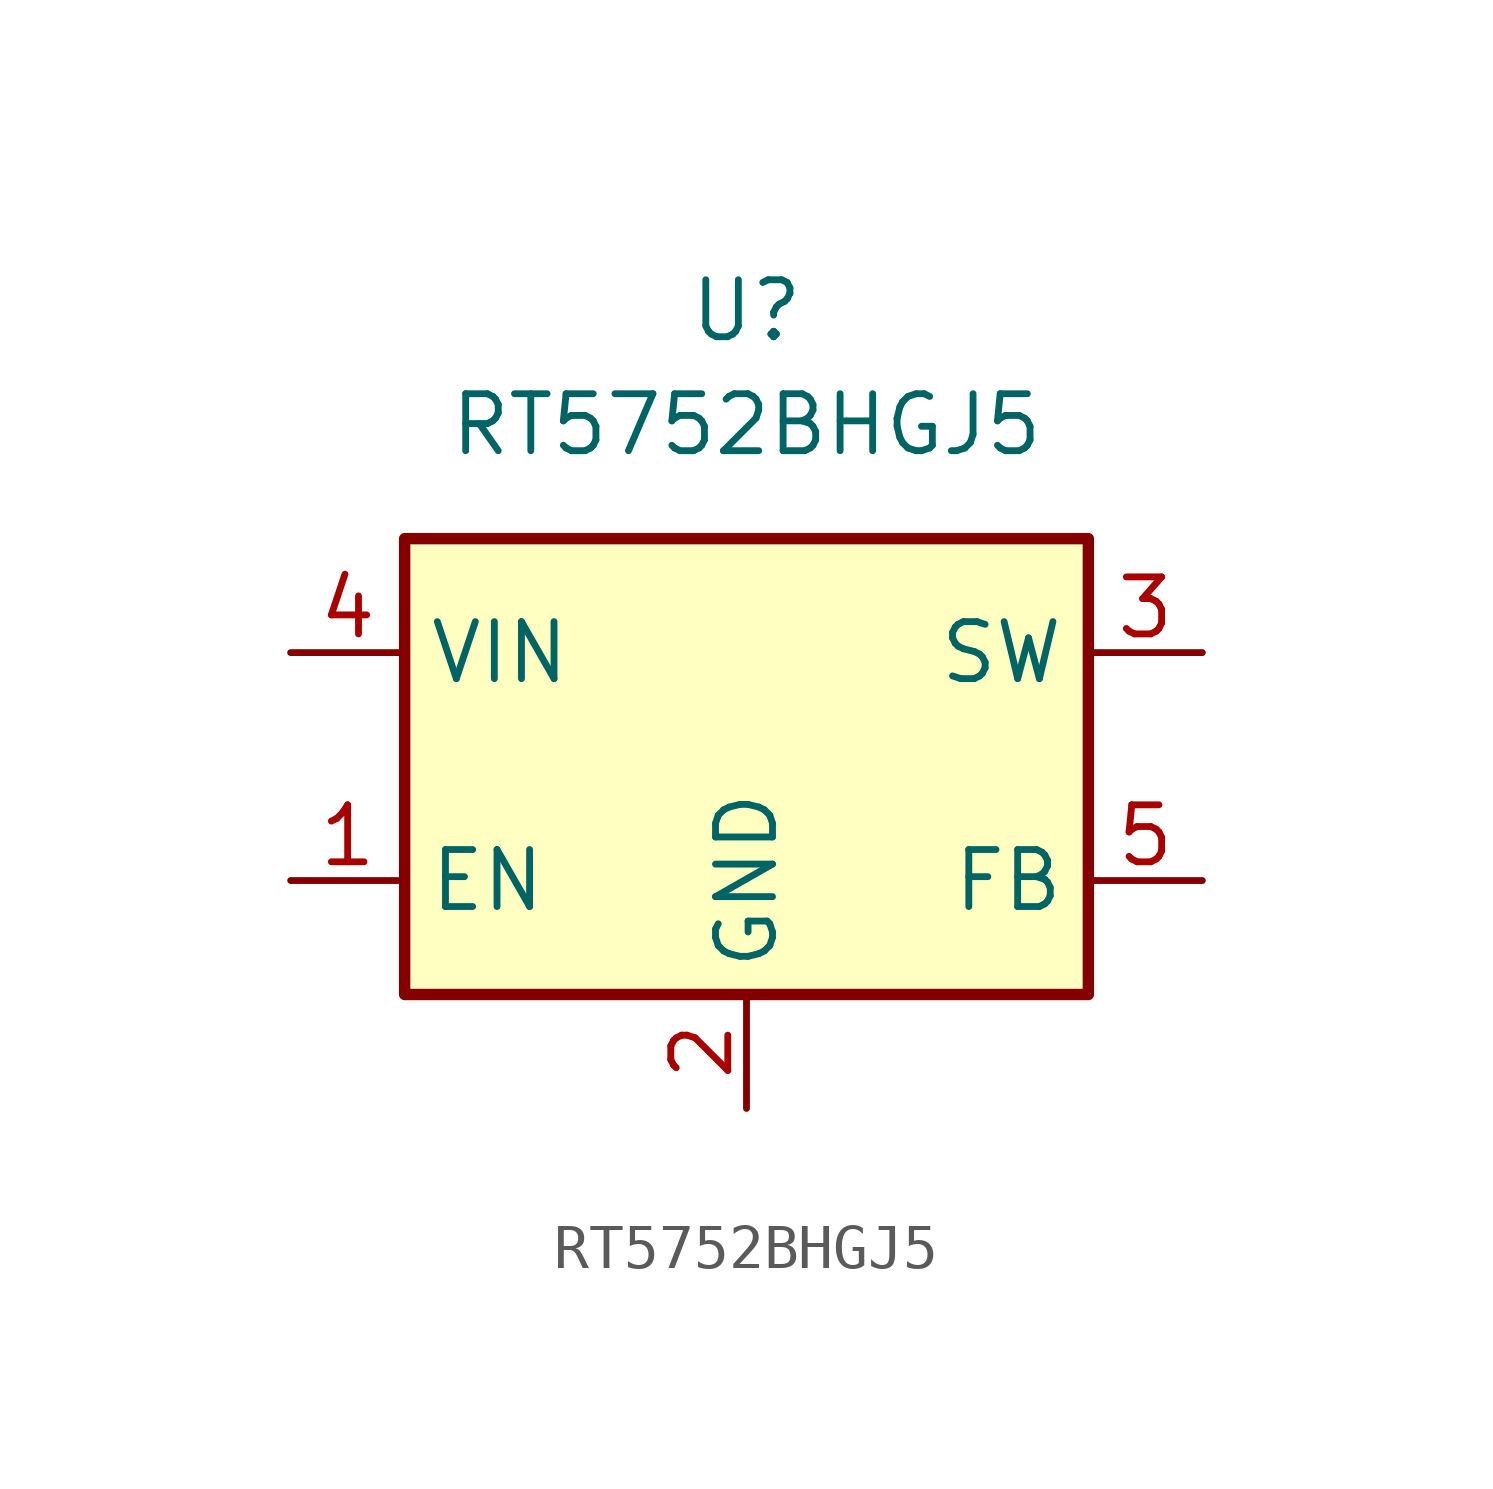
<source format=kicad_sym>
(kicad_symbol_lib
  (version 20231120)
  (generator "kicad_symbol_editor")
  (generator_version "8.0")
  (symbol "RT5752BHGJ5"
    (property "Reference" "U"
      (at 0 10.16 0)
      (effects (font (size 1.27 1.27))))
    (property "Value" "RT5752BHGJ5"
      (at 0 7.62 0)
      (effects (font (size 1.27 1.27))))
    (symbol "RT5752BHGJ5_0_1"
      (rectangle (start -7.62 5.08) (end 7.62 -5.08) (stroke (width 0.254) (type default)) (fill (type background))))
    (symbol "RT5752BHGJ5_1_1"
      (pin input line (at -10.16 -2.54 0) (length 2.54) (name "EN" (effects (font (size 1.27 1.27)))) (number "1" (effects (font (size 1.27 1.27)))))
      (pin power_in line (at 0 -7.62 90) (length 2.54) (name "GND" (effects (font (size 1.27 1.27)))) (number "2" (effects (font (size 1.27 1.27)))))
      (pin power_out line (at 10.16 2.54 180) (length 2.54) (name "SW" (effects (font (size 1.27 1.27)))) (number "3" (effects (font (size 1.27 1.27)))))
      (pin power_in line (at -10.16 2.54 0) (length 2.54) (name "VIN" (effects (font (size 1.27 1.27)))) (number "4" (effects (font (size 1.27 1.27)))))
      (pin free line (at 10.16 -2.54 180) (length 2.54) (name "FB" (effects (font (size 1.27 1.27)))) (number "5" (effects (font (size 1.27 1.27))))))))
</source>
